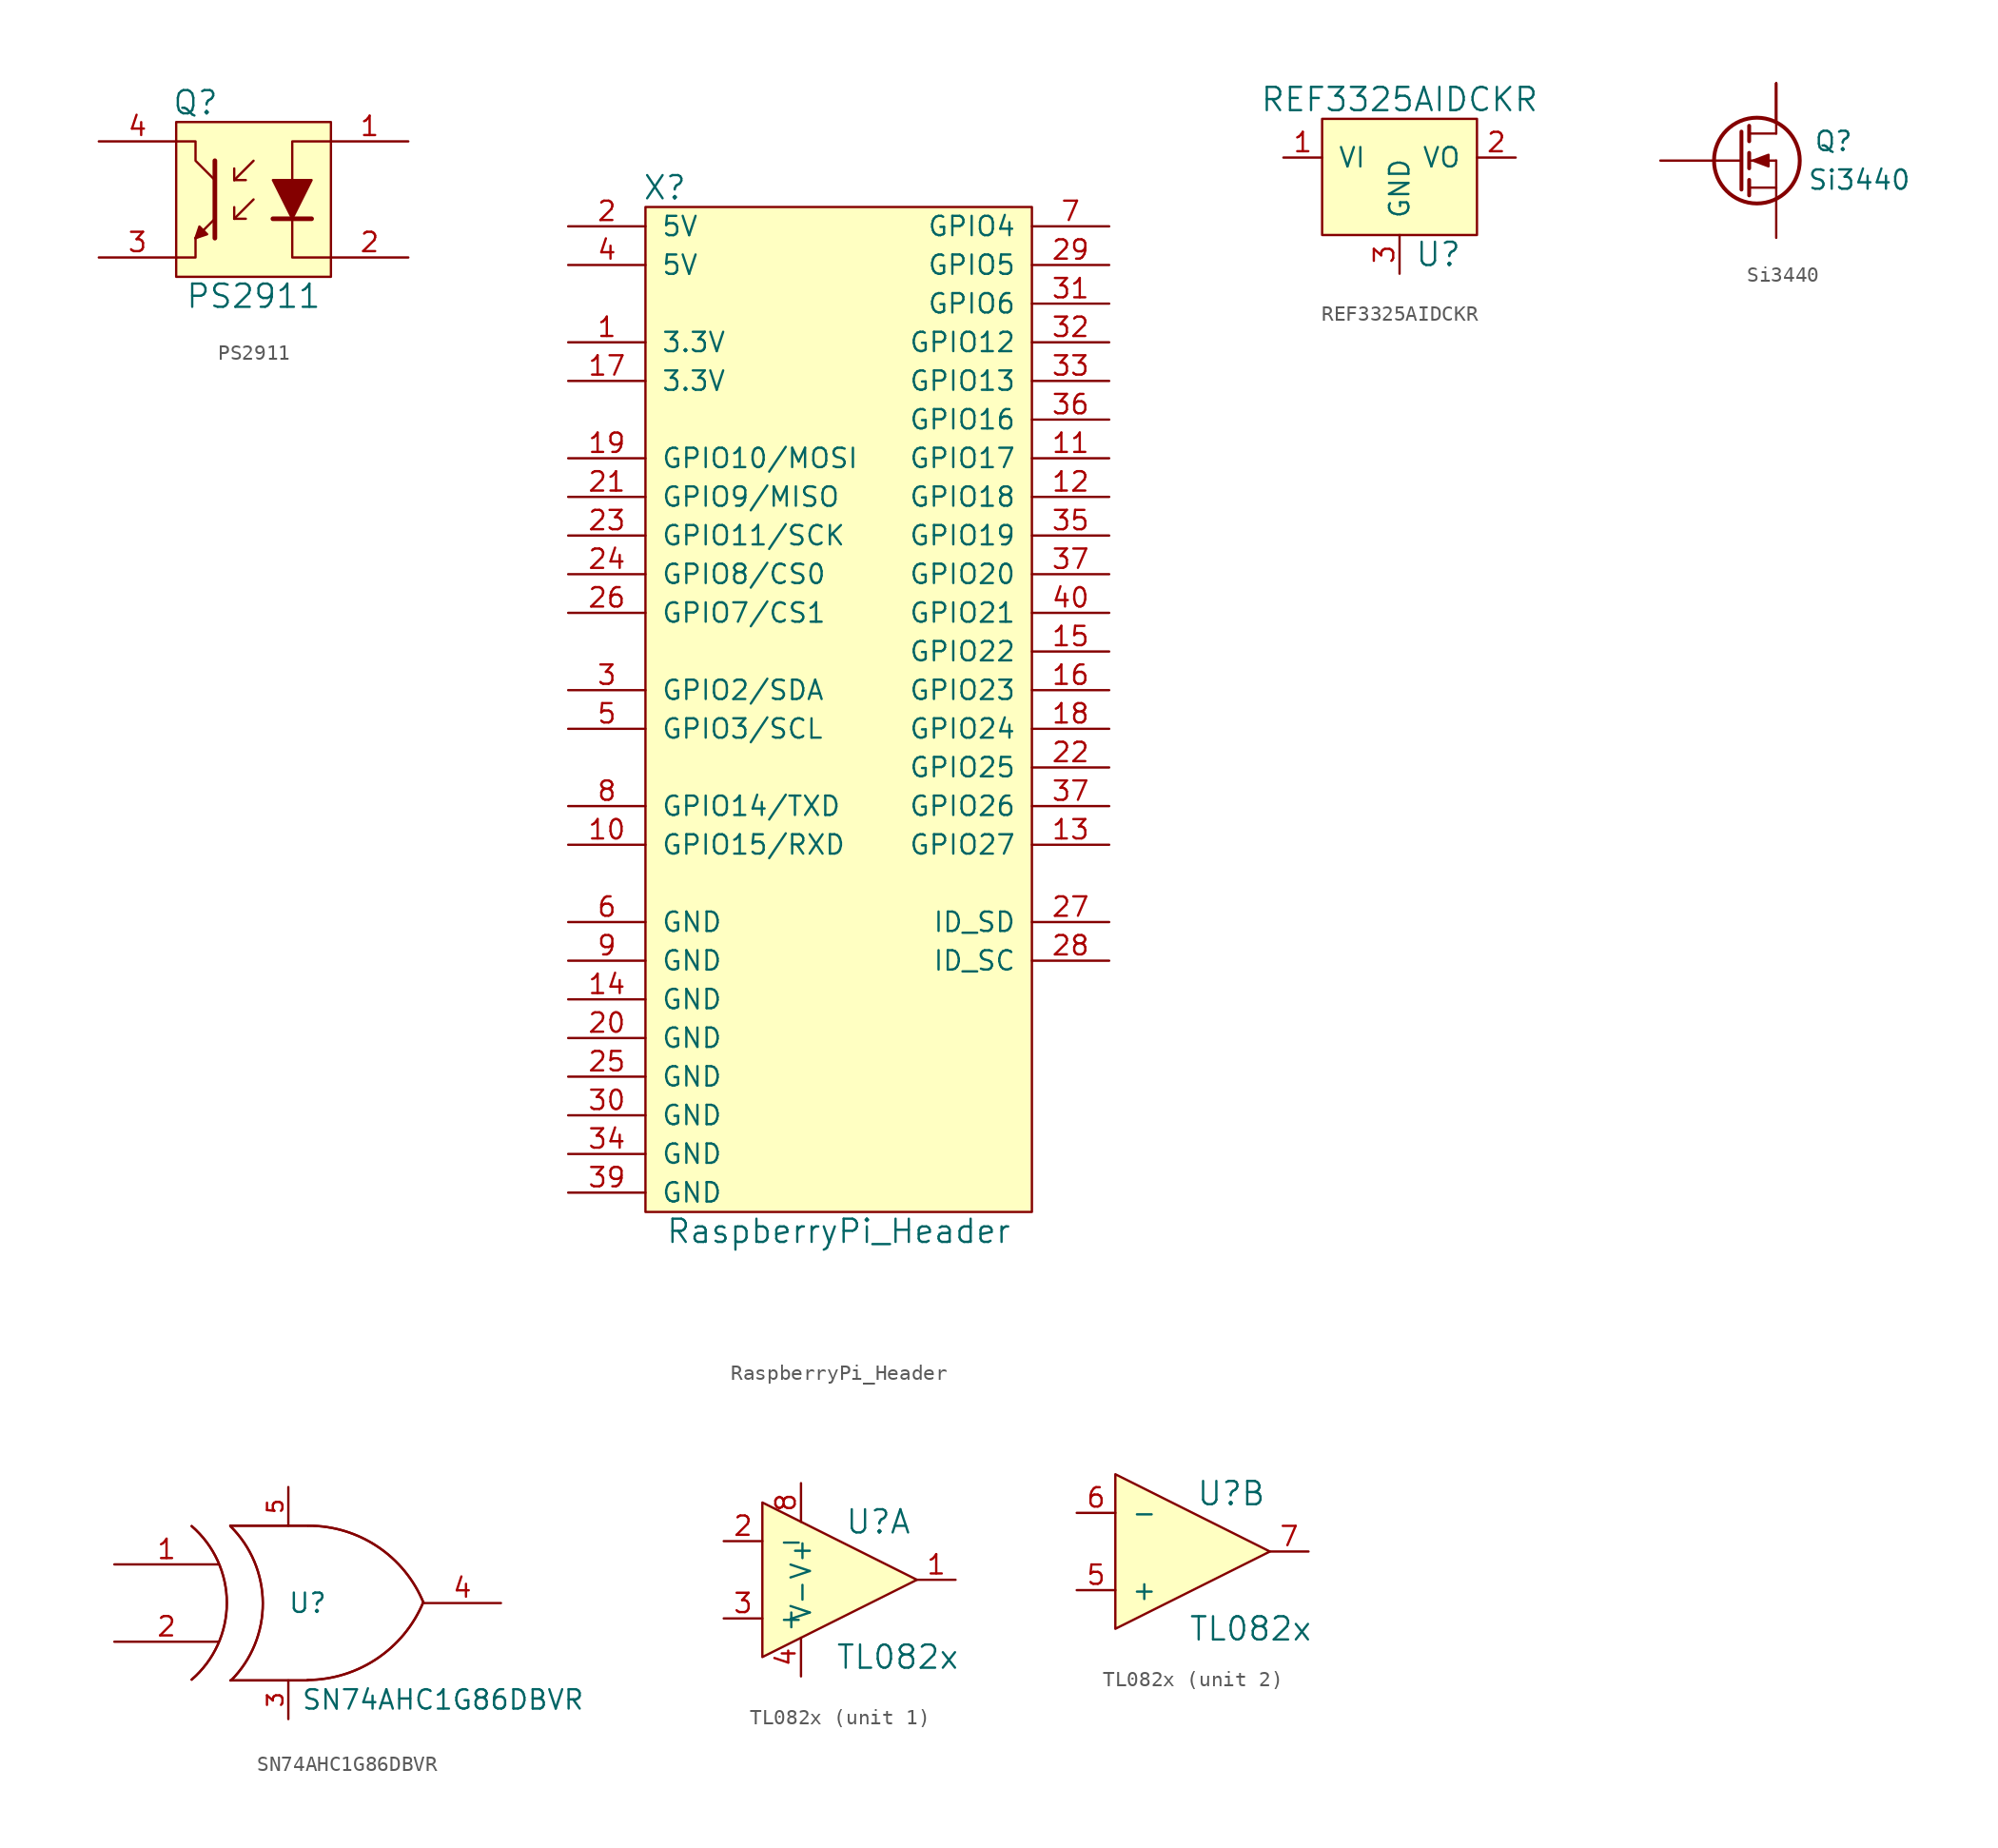
<source format=kicad_sym>
(kicad_symbol_lib
  (version 20211014)
  (generator kicad_symbol_editor)
  (symbol "PS2911"
    (pin_names
      (offset 1.016) hide)
    (property "Reference" "Q"
      (at -3.81 6.35 0)
      (effects (font (size 1.524 1.524))))
    (property "Value" "PS2911"
      (at 0 -6.35 0)
      (effects (font (size 1.524 1.524))))
    (symbol "PS2911_0_1"
      (polyline (pts (xy -3.81 -2.54) (xy -3.556 -2.032)) (stroke (width 0) (type default) (color 0 0 0 0)) (fill (type none)))
      (polyline (pts (xy -3.81 -2.54) (xy -3.302 -2.286)) (stroke (width 0) (type default) (color 0 0 0 0)) (fill (type none)))
      (polyline (pts (xy -3.556 -2.032) (xy -3.302 -2.286)) (stroke (width 0) (type default) (color 0 0 0 0)) (fill (type none)))
      (polyline (pts (xy -2.54 2.54) (xy -2.54 -2.54)) (stroke (width 0.305) (type default) (color 0 0 0 0)) (fill (type none)))
      (polyline (pts (xy -1.27 -1.27) (xy -1.27 -0.508)) (stroke (width 0) (type default) (color 0 0 0 0)) (fill (type none)))
      (polyline (pts (xy -1.27 -1.27) (xy -0.508 -1.27)) (stroke (width 0) (type default) (color 0 0 0 0)) (fill (type none)))
      (polyline (pts (xy -1.27 -1.27) (xy 0 0)) (stroke (width 0) (type default) (color 0 0 0 0)) (fill (type none)))
      (polyline (pts (xy -1.27 1.27) (xy -1.27 2.032)) (stroke (width 0) (type default) (color 0 0 0 0)) (fill (type none)))
      (polyline (pts (xy -1.27 1.27) (xy -0.508 1.27)) (stroke (width 0) (type default) (color 0 0 0 0)) (fill (type none)))
      (polyline (pts (xy -1.27 1.27) (xy 0 2.54)) (stroke (width 0) (type default) (color 0 0 0 0)) (fill (type none)))
      (polyline (pts (xy 1.27 -1.27) (xy 3.81 -1.27)) (stroke (width 0.305) (type default) (color 0 0 0 0)) (fill (type none)))
      (polyline (pts (xy 5.08 -3.81) (xy 2.54 -3.81) (xy 2.54 -1.27)) (stroke (width 0) (type default) (color 0 0 0 0)) (fill (type none)))
      (polyline (pts (xy 5.08 3.81) (xy 2.54 3.81) (xy 2.54 1.27)) (stroke (width 0) (type default) (color 0 0 0 0)) (fill (type none)))
      (polyline (pts (xy -5.08 -3.81) (xy -3.81 -3.81) (xy -3.81 -2.54) (xy -2.54 -1.27)) (stroke (width 0) (type default) (color 0 0 0 0)) (fill (type none)))
      (polyline (pts (xy -5.08 3.81) (xy -3.81 3.81) (xy -3.81 2.54) (xy -2.54 1.27)) (stroke (width 0) (type default) (color 0 0 0 0)) (fill (type none)))
      (polyline (pts (xy -3.81 -2.54) (xy -3.556 -1.778) (xy -3.048 -2.286) (xy -3.81 -2.54)) (stroke (width 0) (type default) (color 0 0 0 0)) (fill (type outline)))
      (polyline (pts (xy 1.27 1.27) (xy 2.54 -1.27) (xy 3.81 1.27) (xy 1.27 1.27)) (stroke (width 0) (type default) (color 0 0 0 0)) (fill (type outline)))
      (rectangle (start 5.08 -5.08) (end -5.08 5.08) (stroke (width 0) (type default) (color 0 0 0 0)) (fill (type background))))
    (symbol "PS2911_1_1"
      (pin input line (at 10.16 3.81 180) (length 5.08) (name "A" (effects (font (size 1.27 1.27)))) (number "1" (effects (font (size 1.27 1.27)))))
      (pin input line (at 10.16 -3.81 180) (length 5.08) (name "K" (effects (font (size 1.27 1.27)))) (number "2" (effects (font (size 1.27 1.27)))))
      (pin output line (at -10.16 -3.81 0) (length 5.08) (name "E" (effects (font (size 1.27 1.27)))) (number "3" (effects (font (size 1.27 1.27)))))
      (pin input line (at -10.16 3.81 0) (length 5.08) (name "C" (effects (font (size 1.27 1.27)))) (number "4" (effects (font (size 1.27 1.27)))))))
  (symbol "RaspberryPi_Header"
    (pin_names
      (offset 1.016))
    (property "Reference" "X"
      (at -11.43 30.48 0)
      (effects (font (size 1.524 1.524))))
    (property "Value" "RaspberryPi_Header"
      (at 0 -38.1 0)
      (effects (font (size 1.524 1.524))))
    (property "Datasheet" ""
      (at -1.27 -25.4 0)
      (effects (font (size 1.524 1.524))))
    (symbol "RaspberryPi_Header_0_1"
      (rectangle (start -12.7 29.21) (end 12.7 -36.83) (stroke (width 0) (type default) (color 0 0 0 0)) (fill (type background))))
    (symbol "RaspberryPi_Header_1_1"
      (pin power_in line (at -17.78 20.32 0) (length 5.08) (name "3.3V" (effects (font (size 1.27 1.27)))) (number "1" (effects (font (size 1.27 1.27)))))
      (pin bidirectional line (at -17.78 -12.7 0) (length 5.08) (name "GPIO15/RXD" (effects (font (size 1.27 1.27)))) (number "10" (effects (font (size 1.27 1.27)))))
      (pin bidirectional line (at 17.78 12.7 180) (length 5.08) (name "GPIO17" (effects (font (size 1.27 1.27)))) (number "11" (effects (font (size 1.27 1.27)))))
      (pin bidirectional line (at 17.78 10.16 180) (length 5.08) (name "GPIO18" (effects (font (size 1.27 1.27)))) (number "12" (effects (font (size 1.27 1.27)))))
      (pin bidirectional line (at 17.78 -12.7 180) (length 5.08) (name "GPIO27" (effects (font (size 1.27 1.27)))) (number "13" (effects (font (size 1.27 1.27)))))
      (pin power_in line (at -17.78 -22.86 0) (length 5.08) (name "GND" (effects (font (size 1.27 1.27)))) (number "14" (effects (font (size 1.27 1.27)))))
      (pin bidirectional line (at 17.78 0 180) (length 5.08) (name "GPIO22" (effects (font (size 1.27 1.27)))) (number "15" (effects (font (size 1.27 1.27)))))
      (pin bidirectional line (at 17.78 -2.54 180) (length 5.08) (name "GPIO23" (effects (font (size 1.27 1.27)))) (number "16" (effects (font (size 1.27 1.27)))))
      (pin power_in line (at -17.78 17.78 0) (length 5.08) (name "3.3V" (effects (font (size 1.27 1.27)))) (number "17" (effects (font (size 1.27 1.27)))))
      (pin bidirectional line (at 17.78 -5.08 180) (length 5.08) (name "GPIO24" (effects (font (size 1.27 1.27)))) (number "18" (effects (font (size 1.27 1.27)))))
      (pin bidirectional line (at -17.78 12.7 0) (length 5.08) (name "GPIO10/MOSI" (effects (font (size 1.27 1.27)))) (number "19" (effects (font (size 1.27 1.27)))))
      (pin power_in line (at -17.78 27.94 0) (length 5.08) (name "5V" (effects (font (size 1.27 1.27)))) (number "2" (effects (font (size 1.27 1.27)))))
      (pin power_in line (at -17.78 -25.4 0) (length 5.08) (name "GND" (effects (font (size 1.27 1.27)))) (number "20" (effects (font (size 1.27 1.27)))))
      (pin bidirectional line (at -17.78 10.16 0) (length 5.08) (name "GPIO9/MISO" (effects (font (size 1.27 1.27)))) (number "21" (effects (font (size 1.27 1.27)))))
      (pin bidirectional line (at 17.78 -7.62 180) (length 5.08) (name "GPIO25" (effects (font (size 1.27 1.27)))) (number "22" (effects (font (size 1.27 1.27)))))
      (pin bidirectional line (at -17.78 7.62 0) (length 5.08) (name "GPIO11/SCK" (effects (font (size 1.27 1.27)))) (number "23" (effects (font (size 1.27 1.27)))))
      (pin bidirectional line (at -17.78 5.08 0) (length 5.08) (name "GPIO8/CS0" (effects (font (size 1.27 1.27)))) (number "24" (effects (font (size 1.27 1.27)))))
      (pin power_in line (at -17.78 -27.94 0) (length 5.08) (name "GND" (effects (font (size 1.27 1.27)))) (number "25" (effects (font (size 1.27 1.27)))))
      (pin bidirectional line (at -17.78 2.54 0) (length 5.08) (name "GPIO7/CS1" (effects (font (size 1.27 1.27)))) (number "26" (effects (font (size 1.27 1.27)))))
      (pin bidirectional line (at 17.78 -17.78 180) (length 5.08) (name "ID_SD" (effects (font (size 1.27 1.27)))) (number "27" (effects (font (size 1.27 1.27)))))
      (pin bidirectional line (at 17.78 -20.32 180) (length 5.08) (name "ID_SC" (effects (font (size 1.27 1.27)))) (number "28" (effects (font (size 1.27 1.27)))))
      (pin bidirectional line (at 17.78 25.4 180) (length 5.08) (name "GPIO5" (effects (font (size 1.27 1.27)))) (number "29" (effects (font (size 1.27 1.27)))))
      (pin bidirectional line (at -17.78 -2.54 0) (length 5.08) (name "GPIO2/SDA" (effects (font (size 1.27 1.27)))) (number "3" (effects (font (size 1.27 1.27)))))
      (pin power_in line (at -17.78 -30.48 0) (length 5.08) (name "GND" (effects (font (size 1.27 1.27)))) (number "30" (effects (font (size 1.27 1.27)))))
      (pin bidirectional line (at 17.78 22.86 180) (length 5.08) (name "GPIO6" (effects (font (size 1.27 1.27)))) (number "31" (effects (font (size 1.27 1.27)))))
      (pin bidirectional line (at 17.78 20.32 180) (length 5.08) (name "GPIO12" (effects (font (size 1.27 1.27)))) (number "32" (effects (font (size 1.27 1.27)))))
      (pin bidirectional line (at 17.78 17.78 180) (length 5.08) (name "GPIO13" (effects (font (size 1.27 1.27)))) (number "33" (effects (font (size 1.27 1.27)))))
      (pin power_in line (at -17.78 -33.02 0) (length 5.08) (name "GND" (effects (font (size 1.27 1.27)))) (number "34" (effects (font (size 1.27 1.27)))))
      (pin bidirectional line (at 17.78 7.62 180) (length 5.08) (name "GPIO19" (effects (font (size 1.27 1.27)))) (number "35" (effects (font (size 1.27 1.27)))))
      (pin bidirectional line (at 17.78 15.24 180) (length 5.08) (name "GPIO16" (effects (font (size 1.27 1.27)))) (number "36" (effects (font (size 1.27 1.27)))))
      (pin bidirectional line (at 17.78 5.08 180) (length 5.08) (name "GPIO20" (effects (font (size 1.27 1.27)))) (number "37" (effects (font (size 1.27 1.27)))))
      (pin bidirectional line (at 17.78 -10.16 180) (length 5.08) (name "GPIO26" (effects (font (size 1.27 1.27)))) (number "37" (effects (font (size 1.27 1.27)))))
      (pin power_in line (at -17.78 -35.56 0) (length 5.08) (name "GND" (effects (font (size 1.27 1.27)))) (number "39" (effects (font (size 1.27 1.27)))))
      (pin power_in line (at -17.78 25.4 0) (length 5.08) (name "5V" (effects (font (size 1.27 1.27)))) (number "4" (effects (font (size 1.27 1.27)))))
      (pin bidirectional line (at 17.78 2.54 180) (length 5.08) (name "GPIO21" (effects (font (size 1.27 1.27)))) (number "40" (effects (font (size 1.27 1.27)))))
      (pin bidirectional line (at -17.78 -5.08 0) (length 5.08) (name "GPIO3/SCL" (effects (font (size 1.27 1.27)))) (number "5" (effects (font (size 1.27 1.27)))))
      (pin power_in line (at -17.78 -17.78 0) (length 5.08) (name "GND" (effects (font (size 1.27 1.27)))) (number "6" (effects (font (size 1.27 1.27)))))
      (pin bidirectional line (at 17.78 27.94 180) (length 5.08) (name "GPIO4" (effects (font (size 1.27 1.27)))) (number "7" (effects (font (size 1.27 1.27)))))
      (pin bidirectional line (at -17.78 -10.16 0) (length 5.08) (name "GPIO14/TXD" (effects (font (size 1.27 1.27)))) (number "8" (effects (font (size 1.27 1.27)))))
      (pin power_in line (at -17.78 -20.32 0) (length 5.08) (name "GND" (effects (font (size 1.27 1.27)))) (number "9" (effects (font (size 1.27 1.27)))))))
  (symbol "REF3325AIDCKR"
    (pin_names
      (offset 1.016))
    (property "Reference" "U"
      (at 2.54 -6.35 0)
      (effects (font (size 1.524 1.524))))
    (property "Value" "REF3325AIDCKR"
      (at 0 3.81 0)
      (effects (font (size 1.524 1.524))))
    (symbol "REF3325AIDCKR_0_1"
      (rectangle (start -5.08 2.54) (end 5.08 -5.08) (stroke (width 0) (type default) (color 0 0 0 0)) (fill (type background))))
    (symbol "REF3325AIDCKR_1_1"
      (pin power_in line (at -7.62 0 0) (length 2.54) (name "VI" (effects (font (size 1.27 1.27)))) (number "1" (effects (font (size 1.27 1.27)))))
      (pin power_out line (at 7.62 0 180) (length 2.54) (name "VO" (effects (font (size 1.27 1.27)))) (number "2" (effects (font (size 1.27 1.27)))))
      (pin power_in line (at 0 -7.62 90) (length 2.54) (name "GND" (effects (font (size 1.27 1.27)))) (number "3" (effects (font (size 1.27 1.27)))))))
  (symbol "Si3440"
    (pin_numbers hide)
    (pin_names
      (offset 0) hide)
    (property "Reference" "Q"
      (at 7.62 1.27 0)
      (effects (font (size 1.27 1.27)) (justify right)))
    (property "Value" "Si3440"
      (at 11.43 -1.27 0)
      (effects (font (size 1.27 1.27)) (justify right)))
    (symbol "Si3440_0_1"
      (polyline (pts (xy 0.762 -1.778) (xy 2.54 -1.778)) (stroke (width 0) (type default) (color 0 0 0 0)) (fill (type none)))
      (polyline (pts (xy 0.762 -1.27) (xy 0.762 -2.286)) (stroke (width 0.254) (type default) (color 0 0 0 0)) (fill (type none)))
      (polyline (pts (xy 0.762 0) (xy 2.54 0)) (stroke (width 0) (type default) (color 0 0 0 0)) (fill (type none)))
      (polyline (pts (xy 0.762 0.508) (xy 0.762 -0.508)) (stroke (width 0.254) (type default) (color 0 0 0 0)) (fill (type none)))
      (polyline (pts (xy 0.762 1.778) (xy 2.54 1.778)) (stroke (width 0) (type default) (color 0 0 0 0)) (fill (type none)))
      (polyline (pts (xy 0.762 2.286) (xy 0.762 1.27)) (stroke (width 0.254) (type default) (color 0 0 0 0)) (fill (type none)))
      (polyline (pts (xy 2.54 -1.778) (xy 2.54 -2.54)) (stroke (width 0) (type default) (color 0 0 0 0)) (fill (type none)))
      (polyline (pts (xy 2.54 -1.778) (xy 2.54 0)) (stroke (width 0) (type default) (color 0 0 0 0)) (fill (type none)))
      (polyline (pts (xy 2.54 2.54) (xy 2.54 1.778)) (stroke (width 0) (type default) (color 0 0 0 0)) (fill (type none)))
      (polyline (pts (xy 0.254 1.905) (xy 0.254 -1.905) (xy 0.254 -1.905)) (stroke (width 0.254) (type default) (color 0 0 0 0)) (fill (type none)))
      (polyline (pts (xy 1.016 0) (xy 2.032 0.381) (xy 2.032 -0.381) (xy 1.016 0)) (stroke (width 0) (type default) (color 0 0 0 0)) (fill (type outline)))
      (circle (center 1.27 0) (radius 2.819) (stroke (width 0.254) (type default) (color 0 0 0 0)) (fill (type none))))
    (symbol "Si3440_1_1"
      (pin passive line (at 2.54 5.08 270) (length 2.54) (name "D" (effects (font (size 1.27 1.27)))) (number "1" (effects (font (size 1.27 1.27)))))
      (pin input line (at 2.54 5.08 270) (length 2.54) (name "D" (effects (font (size 1.27 1.27)))) (number "2" (effects (font (size 1.27 1.27)))))
      (pin input line (at -5.08 0 0) (length 5.334) (name "G" (effects (font (size 1.27 1.27)))) (number "3" (effects (font (size 1.27 1.27)))))
      (pin passive line (at 2.54 -5.08 90) (length 2.54) (name "S" (effects (font (size 1.27 1.27)))) (number "4" (effects (font (size 1.27 1.27)))))
      (pin input line (at 2.54 5.08 270) (length 2.54) (name "D" (effects (font (size 1.27 1.27)))) (number "5" (effects (font (size 1.27 1.27)))))
      (pin input line (at 2.54 5.08 270) (length 2.54) (name "D" (effects (font (size 1.27 1.27)))) (number "6" (effects (font (size 1.27 1.27)))))))
  (symbol "SN74AHC1G86DBVR"
    (pin_names
      (offset 0.762) hide)
    (property "Reference" "U"
      (at 0 0 0)
      (effects (font (size 1.27 1.27))))
    (property "Value" "SN74AHC1G86DBVR"
      (at 8.89 -6.35 0)
      (effects (font (size 1.27 1.27))))
    (symbol "SN74AHC1G86DBVR_0_1"
      (arc (start -7.62 -5.0292) (mid -5.3094 0.0082) (end -7.62 5.0546) (stroke (width 0) (type default) (color 0 0 0 0)) (fill (type none)))
      (arc (start -7.62 -5.0292) (mid -5.3094 0.0082) (end -7.62 5.0546) (stroke (width 0) (type default) (color 0 0 0 0)) (fill (type none)))
      (arc (start -5.0292 -5.08) (mid -2.9462 -0.006) (end -5.08 5.0546) (stroke (width 0) (type default) (color 0 0 0 0)) (fill (type none)))
      (arc (start -5.0292 -5.08) (mid -2.9462 -0.006) (end -5.08 5.0546) (stroke (width 0) (type default) (color 0 0 0 0)) (fill (type none)))
      (arc (start 0 -5.0546) (mid 4.5632 -3.6449) (end 7.5946 0.0508) (stroke (width 0) (type default) (color 0 0 0 0)) (fill (type none)))
      (arc (start 0 -5.0546) (mid 4.5632 -3.6449) (end 7.5946 0.0508) (stroke (width 0) (type default) (color 0 0 0 0)) (fill (type none)))
      (polyline (pts (xy -5.08 -5.08) (xy 0 -5.08)) (stroke (width 0) (type default) (color 0 0 0 0)) (fill (type none)))
      (polyline (pts (xy -5.08 -5.08) (xy 0 -5.08)) (stroke (width 0) (type default) (color 0 0 0 0)) (fill (type none)))
      (polyline (pts (xy -5.08 5.08) (xy 0 5.08)) (stroke (width 0) (type default) (color 0 0 0 0)) (fill (type none)))
      (polyline (pts (xy -5.08 5.08) (xy 0 5.08)) (stroke (width 0) (type default) (color 0 0 0 0)) (fill (type none)))
      (arc (start 7.62 0) (mid 4.6132 3.6946) (end 0.0508 5.08) (stroke (width 0) (type default) (color 0 0 0 0)) (fill (type none)))
      (arc (start 7.62 0) (mid 4.6132 3.6946) (end 0.0508 5.08) (stroke (width 0) (type default) (color 0 0 0 0)) (fill (type none))))
    (symbol "SN74AHC1G86DBVR_1_1"
      (pin input line (at -12.7 2.54 0) (length 6.858) (name "A" (effects (font (size 1.27 1.27)))) (number "1" (effects (font (size 1.27 1.27)))))
      (pin input line (at -12.7 -2.54 0) (length 6.858) (name "B" (effects (font (size 1.27 1.27)))) (number "2" (effects (font (size 1.27 1.27)))))
      (pin power_in line (at -1.27 -7.62 90) (length 2.54) (name "GND" (effects (font (size 1.016 1.016)))) (number "3" (effects (font (size 1.016 1.016)))))
      (pin output line (at 12.7 0 180) (length 5.08) (name "Y" (effects (font (size 1.27 1.27)))) (number "4" (effects (font (size 1.27 1.27)))))
      (pin power_in line (at -1.27 7.62 270) (length 2.54) (name "VCC" (effects (font (size 1.016 1.016)))) (number "5" (effects (font (size 1.016 1.016)))))))
  (symbol "TL082x"
    (pin_names
      (offset 1.016))
    (property "Reference" "U"
      (at 5.08 3.81 0)
      (effects (font (size 1.524 1.524))))
    (property "Value" "TL082x"
      (at 6.35 -5.08 0)
      (effects (font (size 1.524 1.524))))
    (symbol "TL082x_0_1"
      (polyline (pts (xy -2.54 5.08) (xy -2.54 -5.08) (xy 7.62 0) (xy -2.54 5.08)) (stroke (width 0) (type default) (color 0 0 0 0)) (fill (type background))))
    (symbol "TL082x_1_1"
      (pin output line (at 10.16 0 180) (length 2.54) (name "~" (effects (font (size 1.27 1.27)))) (number "1" (effects (font (size 1.27 1.27)))))
      (pin input line (at -5.08 2.54 0) (length 2.54) (name "-" (effects (font (size 1.27 1.27)))) (number "2" (effects (font (size 1.27 1.27)))))
      (pin input line (at -5.08 -2.54 0) (length 2.54) (name "+" (effects (font (size 1.27 1.27)))) (number "3" (effects (font (size 1.27 1.27)))))
      (pin power_in line (at 0 -6.35 90) (length 2.54) (name "V-" (effects (font (size 1.27 1.27)))) (number "4" (effects (font (size 1.27 1.27)))))
      (pin power_in line (at 0 6.35 270) (length 2.54) (name "V+" (effects (font (size 1.27 1.27)))) (number "8" (effects (font (size 1.27 1.27))))))
    (symbol "TL082x_2_1"
      (pin input line (at -5.08 -2.54 0) (length 2.54) (name "+" (effects (font (size 1.27 1.27)))) (number "5" (effects (font (size 1.27 1.27)))))
      (pin input line (at -5.08 2.54 0) (length 2.54) (name "-" (effects (font (size 1.27 1.27)))) (number "6" (effects (font (size 1.27 1.27)))))
      (pin output line (at 10.16 0 180) (length 2.54) (name "~" (effects (font (size 1.27 1.27)))) (number "7" (effects (font (size 1.27 1.27))))))))
</source>
